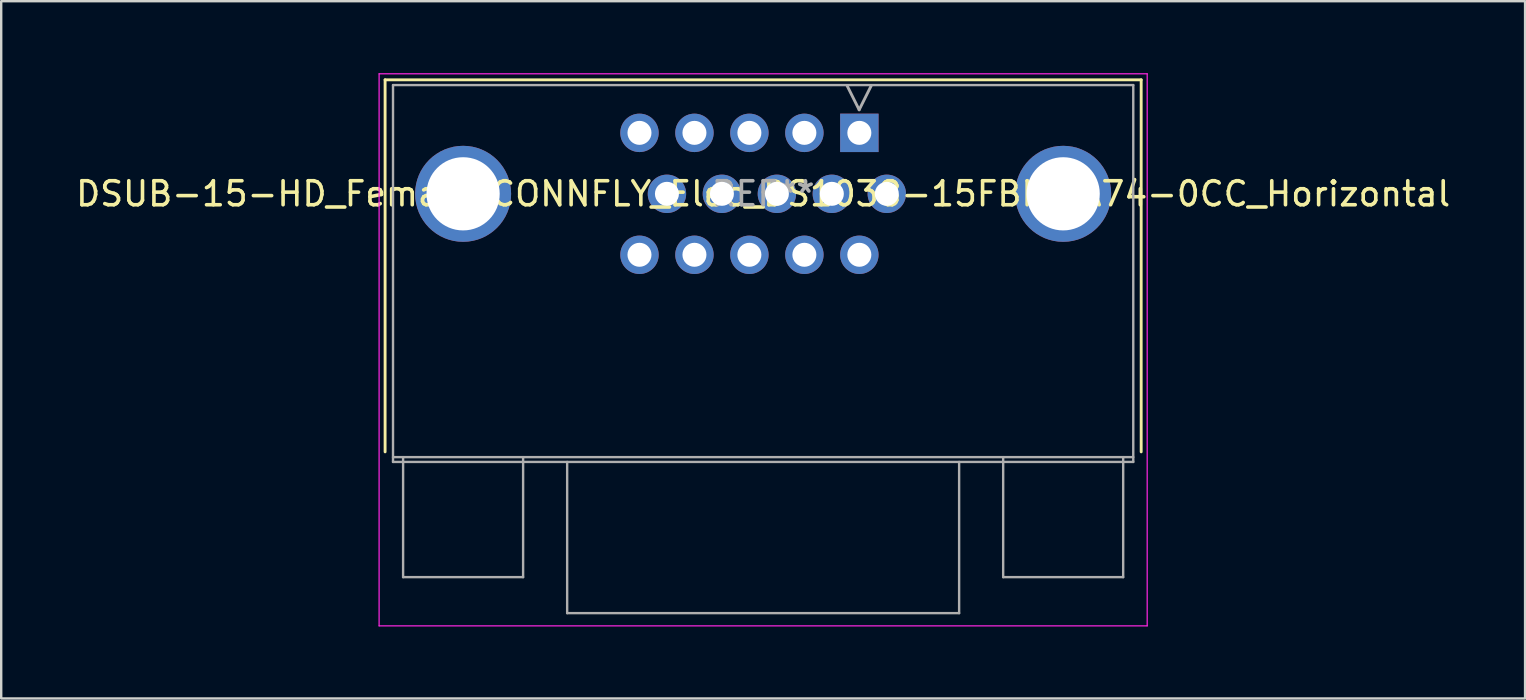
<source format=kicad_pcb>
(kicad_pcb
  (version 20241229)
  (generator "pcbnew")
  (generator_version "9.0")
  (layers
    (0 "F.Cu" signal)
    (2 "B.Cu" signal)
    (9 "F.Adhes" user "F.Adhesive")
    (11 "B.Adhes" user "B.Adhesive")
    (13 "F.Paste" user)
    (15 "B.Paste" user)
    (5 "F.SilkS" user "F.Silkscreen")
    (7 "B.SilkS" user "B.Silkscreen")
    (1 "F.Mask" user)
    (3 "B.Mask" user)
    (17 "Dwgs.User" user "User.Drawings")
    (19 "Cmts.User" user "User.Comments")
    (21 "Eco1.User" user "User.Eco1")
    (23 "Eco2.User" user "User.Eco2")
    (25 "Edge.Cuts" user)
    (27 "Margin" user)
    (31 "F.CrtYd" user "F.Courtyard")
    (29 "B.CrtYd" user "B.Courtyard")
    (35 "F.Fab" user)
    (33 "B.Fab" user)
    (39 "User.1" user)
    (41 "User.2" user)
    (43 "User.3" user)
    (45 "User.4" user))
  (footprint "DSUB-15-HD_Female_CONNFLY_Elec_DS1038-15FBNSiA74-0CC_Horizontal"
    (layer "F.Cu")
    (at 28.744 5.025)
    (property "Reference" "DSUB-15-HD_Female_CONNFLY_Elec_DS1038-15FBNSiA74-0CC_Horizontal" (at 0 0 0) (layer "F.SilkS") (effects (font (size 1 1) (thickness 0.15))))
    (attr through_hole)
    (fp_line (start -15.75 -4.75) (end -15.75 10.75) (stroke (width 0.12) (type solid)) (layer "F.SilkS"))
    (fp_line (start 15.75 -4.75) (end -15.75 -4.75) (stroke (width 0.12) (type solid)) (layer "F.SilkS"))
    (fp_line (start 15.75 -4.75) (end 15.75 10.75) (stroke (width 0.12) (type solid)) (layer "F.SilkS"))
    (fp_line (start -16 -5) (end 16 -5) (stroke (width 0.05) (type solid)) (layer "F.CrtYd"))
    (fp_line (start -16 18) (end -16 -5) (stroke (width 0.05) (type solid)) (layer "F.CrtYd"))
    (fp_line (start 16 -5) (end 16 18) (stroke (width 0.05) (type solid)) (layer "F.CrtYd"))
    (fp_line (start 16 18) (end -16 18) (stroke (width 0.05) (type solid)) (layer "F.CrtYd"))
    (fp_line (start -15.42 -4.53) (end 15.42 -4.53) (stroke (width 0.1) (type solid)) (layer "F.Fab"))
    (fp_line (start -15.42 11.17) (end -15.42 -4.53) (stroke (width 0.1) (type solid)) (layer "F.Fab"))
    (fp_line (start -15 10.97) (end -15 15.97) (stroke (width 0.1) (type solid)) (layer "F.Fab"))
    (fp_line (start -15 15.97) (end -10 15.97) (stroke (width 0.1) (type solid)) (layer "F.Fab"))
    (fp_line (start -10 10.97) (end -10 15.97) (stroke (width 0.1) (type solid)) (layer "F.Fab"))
    (fp_line (start -8.165 11.17) (end -8.165 17.47) (stroke (width 0.1) (type solid)) (layer "F.Fab"))
    (fp_line (start -8.165 17.47) (end 8.165 17.47) (stroke (width 0.1) (type solid)) (layer "F.Fab"))
    (fp_line (start 4 -3.5) (end 3.5 -4.5) (stroke (width 0.12) (type solid)) (layer "F.Fab"))
    (fp_line (start 4 -3.5) (end 4.5 -4.5) (stroke (width 0.12) (type solid)) (layer "F.Fab"))
    (fp_line (start 8.165 11.17) (end 8.165 17.47) (stroke (width 0.1) (type solid)) (layer "F.Fab"))
    (fp_line (start 10 10.97) (end 10 15.97) (stroke (width 0.1) (type solid)) (layer "F.Fab"))
    (fp_line (start 10 15.97) (end 15 15.97) (stroke (width 0.1) (type solid)) (layer "F.Fab"))
    (fp_line (start 15 10.97) (end 15 15.97) (stroke (width 0.1) (type solid)) (layer "F.Fab"))
    (fp_line (start 15.42 10.97) (end -15.42 10.97) (stroke (width 0.1) (type solid)) (layer "F.Fab"))
    (fp_line (start 15.42 11.17) (end -15.42 11.17) (stroke (width 0.1) (type solid)) (layer "F.Fab"))
    (fp_line (start 15.42 11.17) (end 15.42 -4.53) (stroke (width 0.1) (type solid)) (layer "F.Fab"))
    (fp_text user "REF**" (at 0 0 0) (layer "F.Fab") (effects (font (size 1 1) (thickness 0.15))))
    (pad "0" thru_hole circle (at -12.5 0) (size 4 4) (drill 3.05) (layers "*.Cu" "*.Mask"))
    (pad "0" thru_hole circle (at 12.5 0) (size 4 4) (drill 3.05) (layers "*.Cu" "*.Mask"))
    (pad "1" thru_hole rect (at 4.008 -2.54) (size 1.6 1.6) (drill 1) (layers "*.Cu" "*.Mask"))
    (pad "2" thru_hole circle (at 1.718 -2.54) (size 1.6 1.6) (drill 1) (layers "*.Cu" "*.Mask"))
    (pad "3" thru_hole circle (at -0.573 -2.54) (size 1.6 1.6) (drill 1) (layers "*.Cu" "*.Mask"))
    (pad "4" thru_hole circle (at -2.862 -2.54) (size 1.6 1.6) (drill 1) (layers "*.Cu" "*.Mask"))
    (pad "5" thru_hole circle (at -5.152 -2.54) (size 1.6 1.6) (drill 1) (layers "*.Cu" "*.Mask"))
    (pad "6" thru_hole circle (at 5.152 0) (size 1.6 1.6) (drill 1) (layers "*.Cu" "*.Mask"))
    (pad "7" thru_hole circle (at 2.862 0) (size 1.6 1.6) (drill 1) (layers "*.Cu" "*.Mask"))
    (pad "8" thru_hole circle (at 0.573 0) (size 1.6 1.6) (drill 1) (layers "*.Cu" "*.Mask"))
    (pad "9" thru_hole circle (at -1.718 0) (size 1.6 1.6) (drill 1) (layers "*.Cu" "*.Mask"))
    (pad "10" thru_hole circle (at -4.008 0) (size 1.6 1.6) (drill 1) (layers "*.Cu" "*.Mask"))
    (pad "11" thru_hole circle (at 4.008 2.54) (size 1.6 1.6) (drill 1) (layers "*.Cu" "*.Mask"))
    (pad "12" thru_hole circle (at 1.718 2.54) (size 1.6 1.6) (drill 1) (layers "*.Cu" "*.Mask"))
    (pad "13" thru_hole circle (at -0.573 2.54) (size 1.6 1.6) (drill 1) (layers "*.Cu" "*.Mask"))
    (pad "14" thru_hole circle (at -2.862 2.54) (size 1.6 1.6) (drill 1) (layers "*.Cu" "*.Mask"))
    (pad "15" thru_hole circle (at -5.152 2.54) (size 1.6 1.6) (drill 1) (layers "*.Cu" "*.Mask")))
  (gr_rect
    (start -3 -3)
    (end 60.488 26.05)
    (stroke (width 0.1) (type default))
    (fill no)
    (layer "Edge.Cuts")))
</source>
